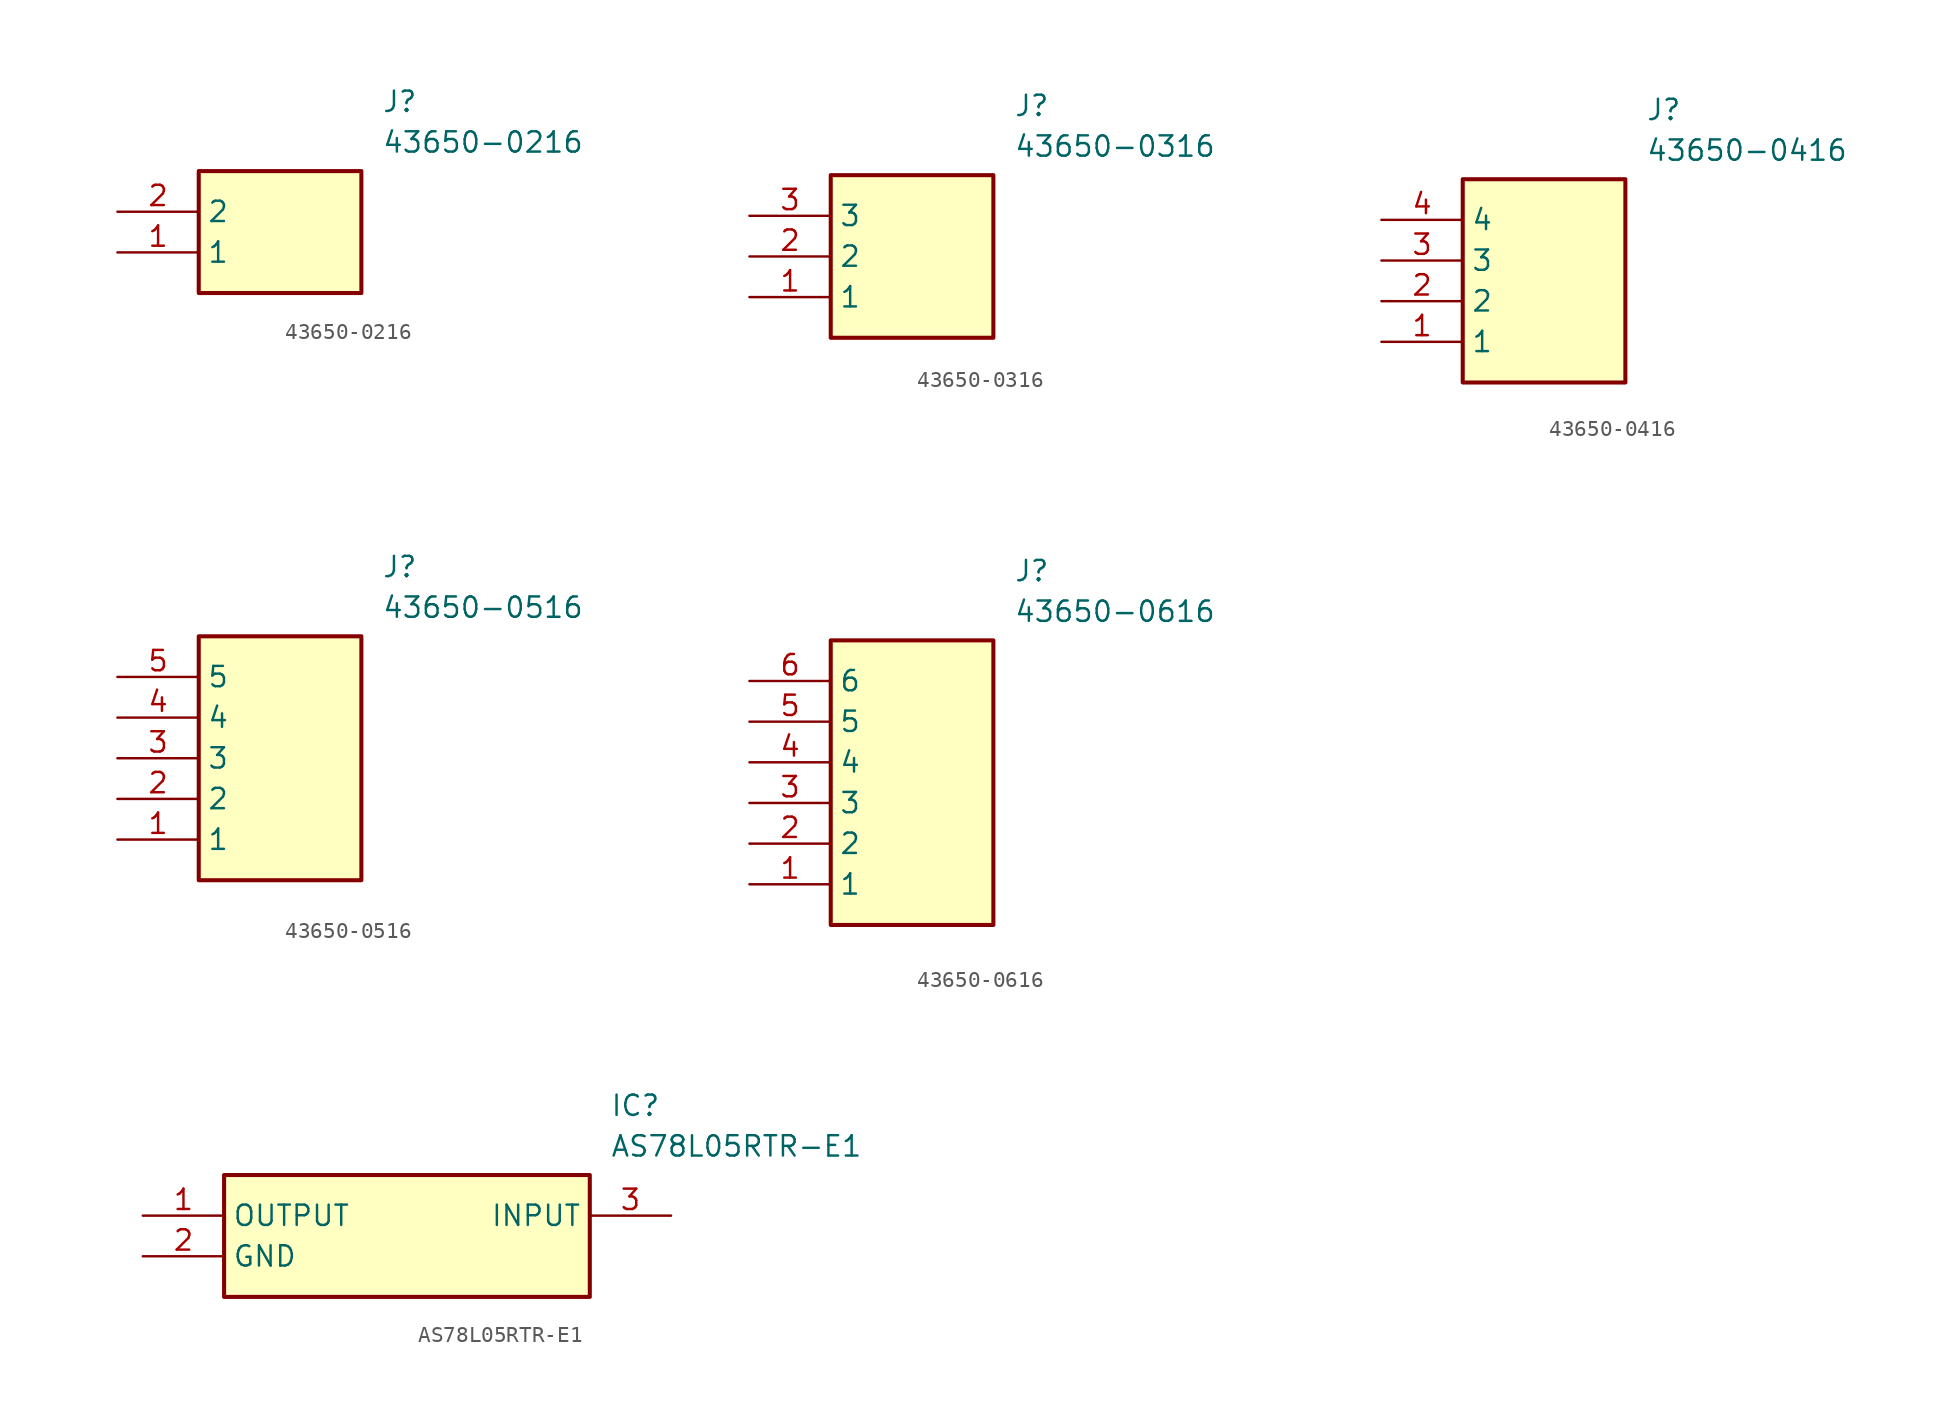
<source format=kicad_sym>
(kicad_symbol_lib
  (version 20241209)
  (generator "kicad_symbol_editor")
  (generator_version "9.0")
  (symbol "43650-0216"
    (property "Reference" "J"
      (at 16.51 7.62 0)
      (effects (font (size 1.27 1.27)) (justify left top)))
    (property "Value" "43650-0216"
      (at 16.51 5.08 0)
      (effects (font (size 1.27 1.27)) (justify left top)))
    (symbol "43650-0216_1_1"
      (rectangle (start 5.08 2.54) (end 15.24 -5.08) (stroke (width 0.254) (type default)) (fill (type background)))
      (pin passive line (at 0 0 0) (length 5.08) (name "2" (effects (font (size 1.27 1.27)))) (number "2" (effects (font (size 1.27 1.27)))))
      (pin passive line (at 0 -2.54 0) (length 5.08) (name "1" (effects (font (size 1.27 1.27)))) (number "1" (effects (font (size 1.27 1.27)))))))
  (symbol "43650-0316"
    (property "Reference" "J"
      (at 16.51 7.62 0)
      (effects (font (size 1.27 1.27)) (justify left top)))
    (property "Value" "43650-0316"
      (at 16.51 5.08 0)
      (effects (font (size 1.27 1.27)) (justify left top)))
    (symbol "43650-0316_1_1"
      (rectangle (start 5.08 2.54) (end 15.24 -7.62) (stroke (width 0.254) (type default)) (fill (type background)))
      (pin passive line (at 0 0 0) (length 5.08) (name "3" (effects (font (size 1.27 1.27)))) (number "3" (effects (font (size 1.27 1.27)))))
      (pin passive line (at 0 -2.54 0) (length 5.08) (name "2" (effects (font (size 1.27 1.27)))) (number "2" (effects (font (size 1.27 1.27)))))
      (pin passive line (at 0 -5.08 0) (length 5.08) (name "1" (effects (font (size 1.27 1.27)))) (number "1" (effects (font (size 1.27 1.27)))))))
  (symbol "43650-0416"
    (property "Reference" "J"
      (at 16.51 7.62 0)
      (effects (font (size 1.27 1.27)) (justify left top)))
    (property "Value" "43650-0416"
      (at 16.51 5.08 0)
      (effects (font (size 1.27 1.27)) (justify left top)))
    (symbol "43650-0416_1_1"
      (rectangle (start 5.08 2.54) (end 15.24 -10.16) (stroke (width 0.254) (type default)) (fill (type background)))
      (pin passive line (at 0 0 0) (length 5.08) (name "4" (effects (font (size 1.27 1.27)))) (number "4" (effects (font (size 1.27 1.27)))))
      (pin passive line (at 0 -2.54 0) (length 5.08) (name "3" (effects (font (size 1.27 1.27)))) (number "3" (effects (font (size 1.27 1.27)))))
      (pin passive line (at 0 -5.08 0) (length 5.08) (name "2" (effects (font (size 1.27 1.27)))) (number "2" (effects (font (size 1.27 1.27)))))
      (pin passive line (at 0 -7.62 0) (length 5.08) (name "1" (effects (font (size 1.27 1.27)))) (number "1" (effects (font (size 1.27 1.27)))))))
  (symbol "43650-0516"
    (property "Reference" "J"
      (at 16.51 7.62 0)
      (effects (font (size 1.27 1.27)) (justify left top)))
    (property "Value" "43650-0516"
      (at 16.51 5.08 0)
      (effects (font (size 1.27 1.27)) (justify left top)))
    (symbol "43650-0516_1_1"
      (rectangle (start 5.08 2.54) (end 15.24 -12.7) (stroke (width 0.254) (type default)) (fill (type background)))
      (pin passive line (at 0 0 0) (length 5.08) (name "5" (effects (font (size 1.27 1.27)))) (number "5" (effects (font (size 1.27 1.27)))))
      (pin passive line (at 0 -2.54 0) (length 5.08) (name "4" (effects (font (size 1.27 1.27)))) (number "4" (effects (font (size 1.27 1.27)))))
      (pin passive line (at 0 -5.08 0) (length 5.08) (name "3" (effects (font (size 1.27 1.27)))) (number "3" (effects (font (size 1.27 1.27)))))
      (pin passive line (at 0 -7.62 0) (length 5.08) (name "2" (effects (font (size 1.27 1.27)))) (number "2" (effects (font (size 1.27 1.27)))))
      (pin passive line (at 0 -10.16 0) (length 5.08) (name "1" (effects (font (size 1.27 1.27)))) (number "1" (effects (font (size 1.27 1.27)))))))
  (symbol "43650-0616"
    (property "Reference" "J"
      (at 16.51 7.62 0)
      (effects (font (size 1.27 1.27)) (justify left top)))
    (property "Value" "43650-0616"
      (at 16.51 5.08 0)
      (effects (font (size 1.27 1.27)) (justify left top)))
    (symbol "43650-0616_1_1"
      (rectangle (start 5.08 2.54) (end 15.24 -15.24) (stroke (width 0.254) (type default)) (fill (type background)))
      (pin passive line (at 0 0 0) (length 5.08) (name "6" (effects (font (size 1.27 1.27)))) (number "6" (effects (font (size 1.27 1.27)))))
      (pin passive line (at 0 -2.54 0) (length 5.08) (name "5" (effects (font (size 1.27 1.27)))) (number "5" (effects (font (size 1.27 1.27)))))
      (pin passive line (at 0 -5.08 0) (length 5.08) (name "4" (effects (font (size 1.27 1.27)))) (number "4" (effects (font (size 1.27 1.27)))))
      (pin passive line (at 0 -7.62 0) (length 5.08) (name "3" (effects (font (size 1.27 1.27)))) (number "3" (effects (font (size 1.27 1.27)))))
      (pin passive line (at 0 -10.16 0) (length 5.08) (name "2" (effects (font (size 1.27 1.27)))) (number "2" (effects (font (size 1.27 1.27)))))
      (pin passive line (at 0 -12.7 0) (length 5.08) (name "1" (effects (font (size 1.27 1.27)))) (number "1" (effects (font (size 1.27 1.27)))))))
  (symbol "AS78L05RTR-E1"
    (property "Reference" "IC"
      (at 29.21 7.62 0)
      (effects (font (size 1.27 1.27)) (justify left top)))
    (property "Value" "AS78L05RTR-E1"
      (at 29.21 5.08 0)
      (effects (font (size 1.27 1.27)) (justify left top)))
    (symbol "AS78L05RTR-E1_1_1"
      (rectangle (start 5.08 2.54) (end 27.94 -5.08) (stroke (width 0.254) (type default)) (fill (type background)))
      (pin passive line (at 0 0 0) (length 5.08) (name "OUTPUT" (effects (font (size 1.27 1.27)))) (number "1" (effects (font (size 1.27 1.27)))))
      (pin passive line (at 0 -2.54 0) (length 5.08) (name "GND" (effects (font (size 1.27 1.27)))) (number "2" (effects (font (size 1.27 1.27)))))
      (pin passive line (at 33.02 0 180) (length 5.08) (name "INPUT" (effects (font (size 1.27 1.27)))) (number "3" (effects (font (size 1.27 1.27))))))))
</source>
